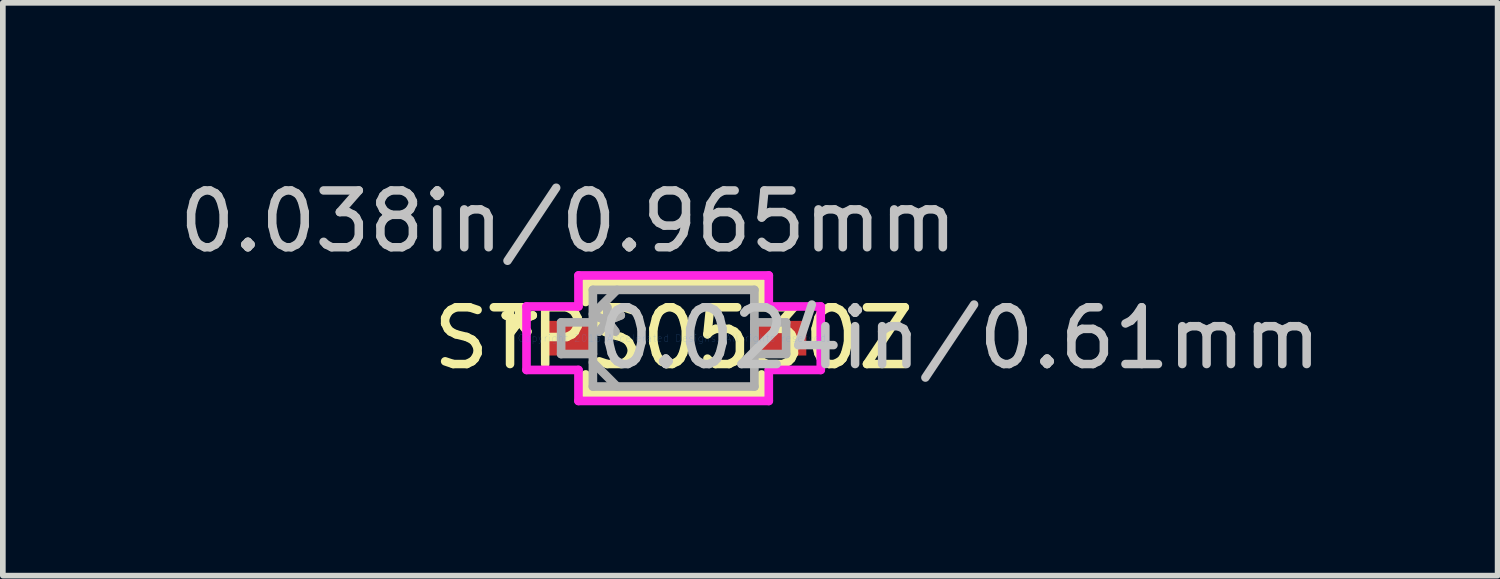
<source format=kicad_pcb>
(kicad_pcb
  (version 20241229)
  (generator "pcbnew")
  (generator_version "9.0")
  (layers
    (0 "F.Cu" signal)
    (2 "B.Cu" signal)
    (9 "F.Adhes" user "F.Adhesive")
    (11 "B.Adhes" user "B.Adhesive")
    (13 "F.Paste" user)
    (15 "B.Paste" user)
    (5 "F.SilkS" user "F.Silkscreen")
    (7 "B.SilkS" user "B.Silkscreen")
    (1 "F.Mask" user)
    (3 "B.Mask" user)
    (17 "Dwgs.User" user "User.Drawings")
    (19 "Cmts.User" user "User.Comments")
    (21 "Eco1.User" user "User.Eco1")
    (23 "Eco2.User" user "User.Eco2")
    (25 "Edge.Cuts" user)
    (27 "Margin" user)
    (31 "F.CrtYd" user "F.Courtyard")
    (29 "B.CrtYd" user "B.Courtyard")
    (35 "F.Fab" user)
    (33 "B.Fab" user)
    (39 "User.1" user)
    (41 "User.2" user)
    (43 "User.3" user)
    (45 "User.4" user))
  (footprint "STPS0530Z"
    (layer "F.Cu")
    (at 8.813 2.906)
    (property "Reference" "STPS0530Z" (at 0 0 0) (layer "F.SilkS") (effects (font (size 1 1) (thickness 0.15))))
    (attr through_hole)
    (fp_line (start -1.549 -0.978) (end -1.549 -0.638) (stroke (width 0.152) (type solid)) (layer "F.SilkS"))
    (fp_line (start -1.549 0.638) (end -1.549 0.978) (stroke (width 0.152) (type solid)) (layer "F.SilkS"))
    (fp_line (start -1.549 0.978) (end 1.549 0.978) (stroke (width 0.152) (type solid)) (layer "F.SilkS"))
    (fp_line (start 1.549 -0.978) (end -1.549 -0.978) (stroke (width 0.152) (type solid)) (layer "F.SilkS"))
    (fp_line (start 1.549 -0.638) (end 1.549 -0.978) (stroke (width 0.152) (type solid)) (layer "F.SilkS"))
    (fp_line (start 1.549 0.978) (end 1.549 0.638) (stroke (width 0.152) (type solid)) (layer "F.SilkS"))
    (fp_line (start -2.591 -0.559) (end -1.676 -0.559) (stroke (width 0.152) (type solid)) (layer "F.CrtYd"))
    (fp_line (start -2.591 0.559) (end -2.591 -0.559) (stroke (width 0.152) (type solid)) (layer "F.CrtYd"))
    (fp_line (start -1.676 -1.105) (end 1.676 -1.105) (stroke (width 0.152) (type solid)) (layer "F.CrtYd"))
    (fp_line (start -1.676 -0.559) (end -1.676 -1.105) (stroke (width 0.152) (type solid)) (layer "F.CrtYd"))
    (fp_line (start -1.676 0.559) (end -2.591 0.559) (stroke (width 0.152) (type solid)) (layer "F.CrtYd"))
    (fp_line (start -1.676 1.105) (end -1.676 0.559) (stroke (width 0.152) (type solid)) (layer "F.CrtYd"))
    (fp_line (start 1.676 -1.105) (end 1.676 -0.559) (stroke (width 0.152) (type solid)) (layer "F.CrtYd"))
    (fp_line (start 1.676 -0.559) (end 2.591 -0.559) (stroke (width 0.152) (type solid)) (layer "F.CrtYd"))
    (fp_line (start 1.676 0.559) (end 1.676 1.105) (stroke (width 0.152) (type solid)) (layer "F.CrtYd"))
    (fp_line (start 1.676 1.105) (end -1.676 1.105) (stroke (width 0.152) (type solid)) (layer "F.CrtYd"))
    (fp_line (start 2.591 -0.559) (end 2.591 0.559) (stroke (width 0.152) (type solid)) (layer "F.CrtYd"))
    (fp_line (start 2.591 0.559) (end 1.676 0.559) (stroke (width 0.152) (type solid)) (layer "F.CrtYd"))
    (fp_line (start -1.981 -0.279) (end -1.981 0.279) (stroke (width 0.152) (type solid)) (layer "F.Fab"))
    (fp_line (start -1.981 0.279) (end -1.422 0.279) (stroke (width 0.152) (type solid)) (layer "F.Fab"))
    (fp_line (start -1.422 -0.851) (end -1.422 0.851) (stroke (width 0.152) (type solid)) (layer "F.Fab"))
    (fp_line (start -1.422 -0.425) (end -0.997 -0.851) (stroke (width 0.152) (type solid)) (layer "F.Fab"))
    (fp_line (start -1.422 -0.279) (end -1.981 -0.279) (stroke (width 0.152) (type solid)) (layer "F.Fab"))
    (fp_line (start -1.422 0.279) (end -1.422 -0.279) (stroke (width 0.152) (type solid)) (layer "F.Fab"))
    (fp_line (start -1.422 0.425) (end -0.997 0.851) (stroke (width 0.152) (type solid)) (layer "F.Fab"))
    (fp_line (start -1.422 0.851) (end 1.422 0.851) (stroke (width 0.152) (type solid)) (layer "F.Fab"))
    (fp_line (start 1.422 -0.851) (end -1.422 -0.851) (stroke (width 0.152) (type solid)) (layer "F.Fab"))
    (fp_line (start 1.422 -0.279) (end 1.422 0.279) (stroke (width 0.152) (type solid)) (layer "F.Fab"))
    (fp_line (start 1.422 0.279) (end 1.981 0.279) (stroke (width 0.152) (type solid)) (layer "F.Fab"))
    (fp_line (start 1.422 0.851) (end 1.422 -0.851) (stroke (width 0.152) (type solid)) (layer "F.Fab"))
    (fp_line (start 1.981 -0.279) (end 1.422 -0.279) (stroke (width 0.152) (type solid)) (layer "F.Fab"))
    (fp_line (start 1.981 0.279) (end 1.981 -0.279) (stroke (width 0.152) (type solid)) (layer "F.Fab"))
    (fp_text user "*" (at -2.718 0 0) (layer "F.SilkS") (effects (font (size 1 1) (thickness 0.15))))
    (fp_text user "*" (at -2.718 0 0) (layer "F.SilkS") (effects (font (size 1 1) (thickness 0.15))))
    (fp_text user "0.024in/0.61mm" (at 5.029 0 0) (layer "Dwgs.User") (effects (font (size 1 1) (thickness 0.15))))
    (fp_text user "0.038in/0.965mm" (at -1.854 -2.057 0) (layer "Dwgs.User") (effects (font (size 1 1) (thickness 0.15))))
    (fp_text user "Copyright 2016 Accelerated Designs. All rights reserved." (at 0 0 0) (layer "Cmts.User") (effects (font (size 0.127 0.127) (thickness 0.002))))
    (fp_text user "*" (at -1.168 0 0) (layer "F.Fab") (effects (font (size 1 1) (thickness 0.15))))
    (fp_text user "*" (at -1.168 0 0) (layer "F.Fab") (effects (font (size 1 1) (thickness 0.15))))
    (pad "1" smd rect (at -1.854 0) (size 0.965 0.61) (layers "F.Cu" "F.Mask" "F.Paste"))
    (pad "2" smd rect (at 1.854 0) (size 0.965 0.61) (layers "F.Cu" "F.Mask" "F.Paste")))
  (gr_rect
    (start -3 -3)
    (end 23.324 7.087)
    (stroke (width 0.1) (type default))
    (fill no)
    (layer "Edge.Cuts")))
</source>
